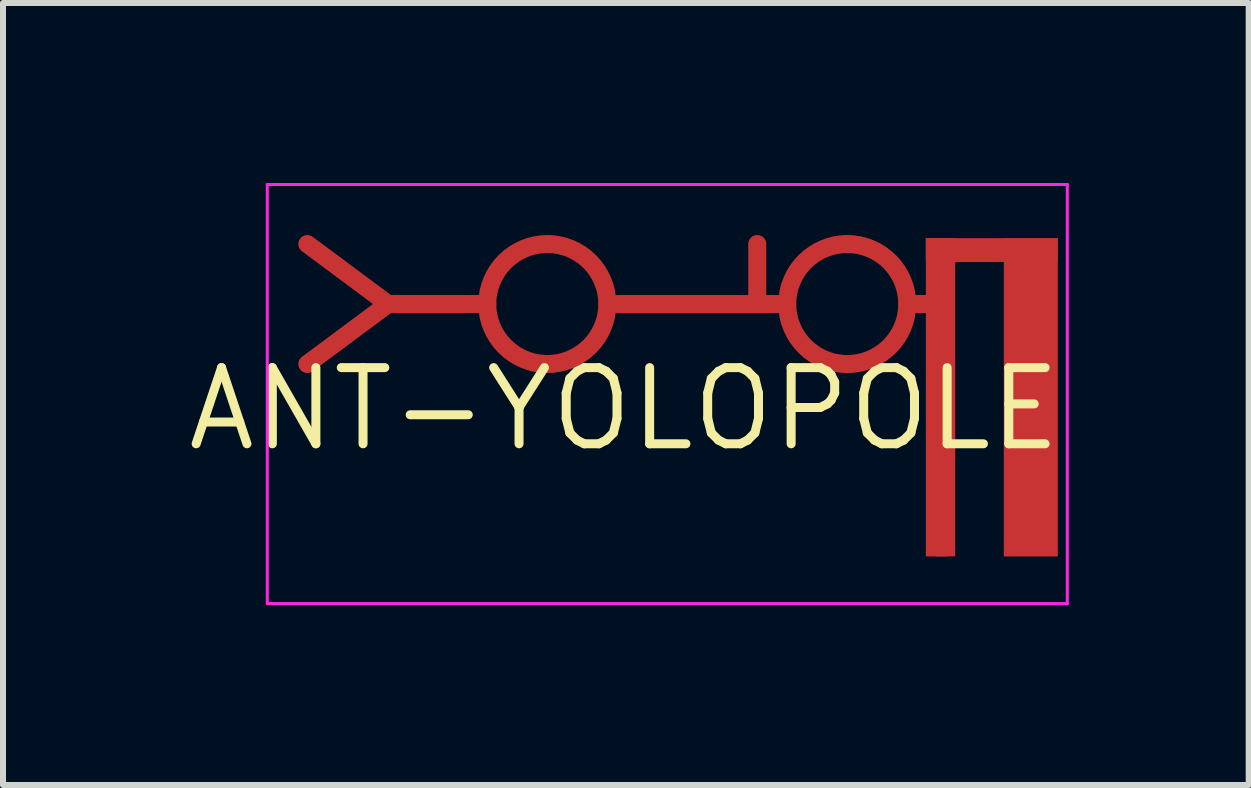
<source format=kicad_pcb>
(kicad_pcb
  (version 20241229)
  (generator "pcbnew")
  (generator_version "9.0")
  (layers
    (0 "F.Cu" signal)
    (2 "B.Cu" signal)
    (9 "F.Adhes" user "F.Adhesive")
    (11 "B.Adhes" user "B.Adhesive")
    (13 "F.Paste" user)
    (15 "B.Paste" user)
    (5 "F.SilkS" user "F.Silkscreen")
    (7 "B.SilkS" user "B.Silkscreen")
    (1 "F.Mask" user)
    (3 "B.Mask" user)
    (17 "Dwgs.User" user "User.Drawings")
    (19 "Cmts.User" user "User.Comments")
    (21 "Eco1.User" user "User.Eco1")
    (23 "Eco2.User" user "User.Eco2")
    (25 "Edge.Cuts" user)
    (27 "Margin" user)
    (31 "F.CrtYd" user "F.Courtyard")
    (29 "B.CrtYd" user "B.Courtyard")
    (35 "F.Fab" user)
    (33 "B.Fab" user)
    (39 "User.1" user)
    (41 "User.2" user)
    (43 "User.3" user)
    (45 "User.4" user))
  (footprint "ANT-YOLOPOLE"
    (layer "F.Cu")
    (at 8.073 3.518)
    (property "Reference" "ANT-YOLOPOLE" (at -0.717 0.25 180) (layer "F.SilkS") (effects (font (size 1.27 1.27) (thickness 0.15))))
    (attr exclude_from_pos_files exclude_from_bom)
    (fp_line (start -4.655 -1.5) (end -6 -2.5) (stroke (width 0.3) (type solid)) (layer "F.Cu"))
    (fp_line (start -4.655 -1.5) (end -6 -0.5) (stroke (width 0.3) (type solid)) (layer "F.Cu"))
    (fp_line (start -4.655 -1.5) (end -3 -1.5) (stroke (width 0.3) (type solid)) (layer "F.Cu"))
    (fp_line (start -1 -1.5) (end 1.5 -1.5) (stroke (width 0.3) (type solid)) (layer "F.Cu"))
    (fp_line (start 1.5 -2.5) (end 1.5 -1.5) (stroke (width 0.3) (type solid)) (layer "F.Cu"))
    (fp_line (start 1.5 -1.5) (end 1.5 -2.5) (stroke (width 0.2) (type default)) (layer "F.Cu"))
    (fp_line (start 1.5 -1.5) (end 2 -1.5) (stroke (width 0.3) (type solid)) (layer "F.Cu"))
    (fp_line (start 4 -1.5) (end 4.5 -1.5) (stroke (width 0.3) (type solid)) (layer "F.Cu"))
    (fp_rect (start 4.31 -2.598) (end 6.51 -2.2) (stroke (width 0) (type solid)) (fill yes) (layer "F.Cu"))
    (fp_rect (start 4.31 2.707) (end 4.8 -2.6) (stroke (width 0) (type solid)) (fill yes) (layer "F.Cu"))
    (fp_rect (start 5.61 2.457) (end 6.51 -2.598) (stroke (width 0) (type solid)) (fill yes) (layer "F.Cu"))
    (fp_circle (center -2 -1.5) (end -1 -1.5) (stroke (width 0.3) (type solid)) (fill no) (layer "F.Cu"))
    (fp_circle (center 3 -1.5) (end 4 -1.5) (stroke (width 0.3) (type solid)) (fill no) (layer "F.Cu"))
    (fp_line (start -4.655 -1.5) (end -6 -2.5) (stroke (width 0.3) (type solid)) (layer "F.Mask"))
    (fp_line (start -4.655 -1.5) (end -6 -0.5) (stroke (width 0.3) (type solid)) (layer "F.Mask"))
    (fp_line (start -4.655 -1.5) (end -3 -1.5) (stroke (width 0.3) (type solid)) (layer "F.Mask"))
    (fp_line (start -1 -1.5) (end 1.5 -1.5) (stroke (width 0.3) (type solid)) (layer "F.Mask"))
    (fp_line (start 1.5 -2.5) (end 1.5 -1.5) (stroke (width 0.3) (type solid)) (layer "F.Mask"))
    (fp_line (start 1.5 -1.5) (end 2 -1.5) (stroke (width 0.3) (type solid)) (layer "F.Mask"))
    (fp_line (start 4 -1.5) (end 4.5 -1.5) (stroke (width 0.3) (type solid)) (layer "F.Mask"))
    (fp_rect (start 4.3 -2.599) (end 6.5 -2.201) (stroke (width 0) (type solid)) (fill yes) (layer "F.Mask"))
    (fp_rect (start 4.31 2.707) (end 4.81 -2.6) (stroke (width 0) (type solid)) (fill yes) (layer "F.Mask"))
    (fp_rect (start 5.61 2.457) (end 6.51 -2.598) (stroke (width 0) (type solid)) (fill yes) (layer "F.Mask"))
    (fp_circle (center -2 -1.5) (end -1 -1.5) (stroke (width 0.3) (type solid)) (fill no) (layer "F.Mask"))
    (fp_circle (center 3 -1.5) (end 4 -1.5) (stroke (width 0.3) (type solid)) (fill no) (layer "F.Mask"))
    (fp_line (start -6.668 -3.493) (end -6.668 3.493) (stroke (width 0.05) (type solid)) (layer "F.CrtYd"))
    (fp_line (start -6.668 3.493) (end 6.668 3.493) (stroke (width 0.05) (type solid)) (layer "F.CrtYd"))
    (fp_line (start 6.668 -3.493) (end -6.668 -3.493) (stroke (width 0.05) (type solid)) (layer "F.CrtYd"))
    (fp_line (start 6.668 3.493) (end 6.668 -3.493) (stroke (width 0.05) (type solid)) (layer "F.CrtYd"))
    (pad "1" smd rect (at 4.57 2.607 270) (size 0.2 0.2) (layers "F.Cu"))
    (pad "2" smd rect (at 6.06 2.579 270) (size 0.257 0.9) (layers "F.Cu")))
  (gr_rect
    (start -3 -3)
    (end 17.765 10.035)
    (stroke (width 0.1) (type default))
    (fill no)
    (layer "Edge.Cuts")))
</source>
